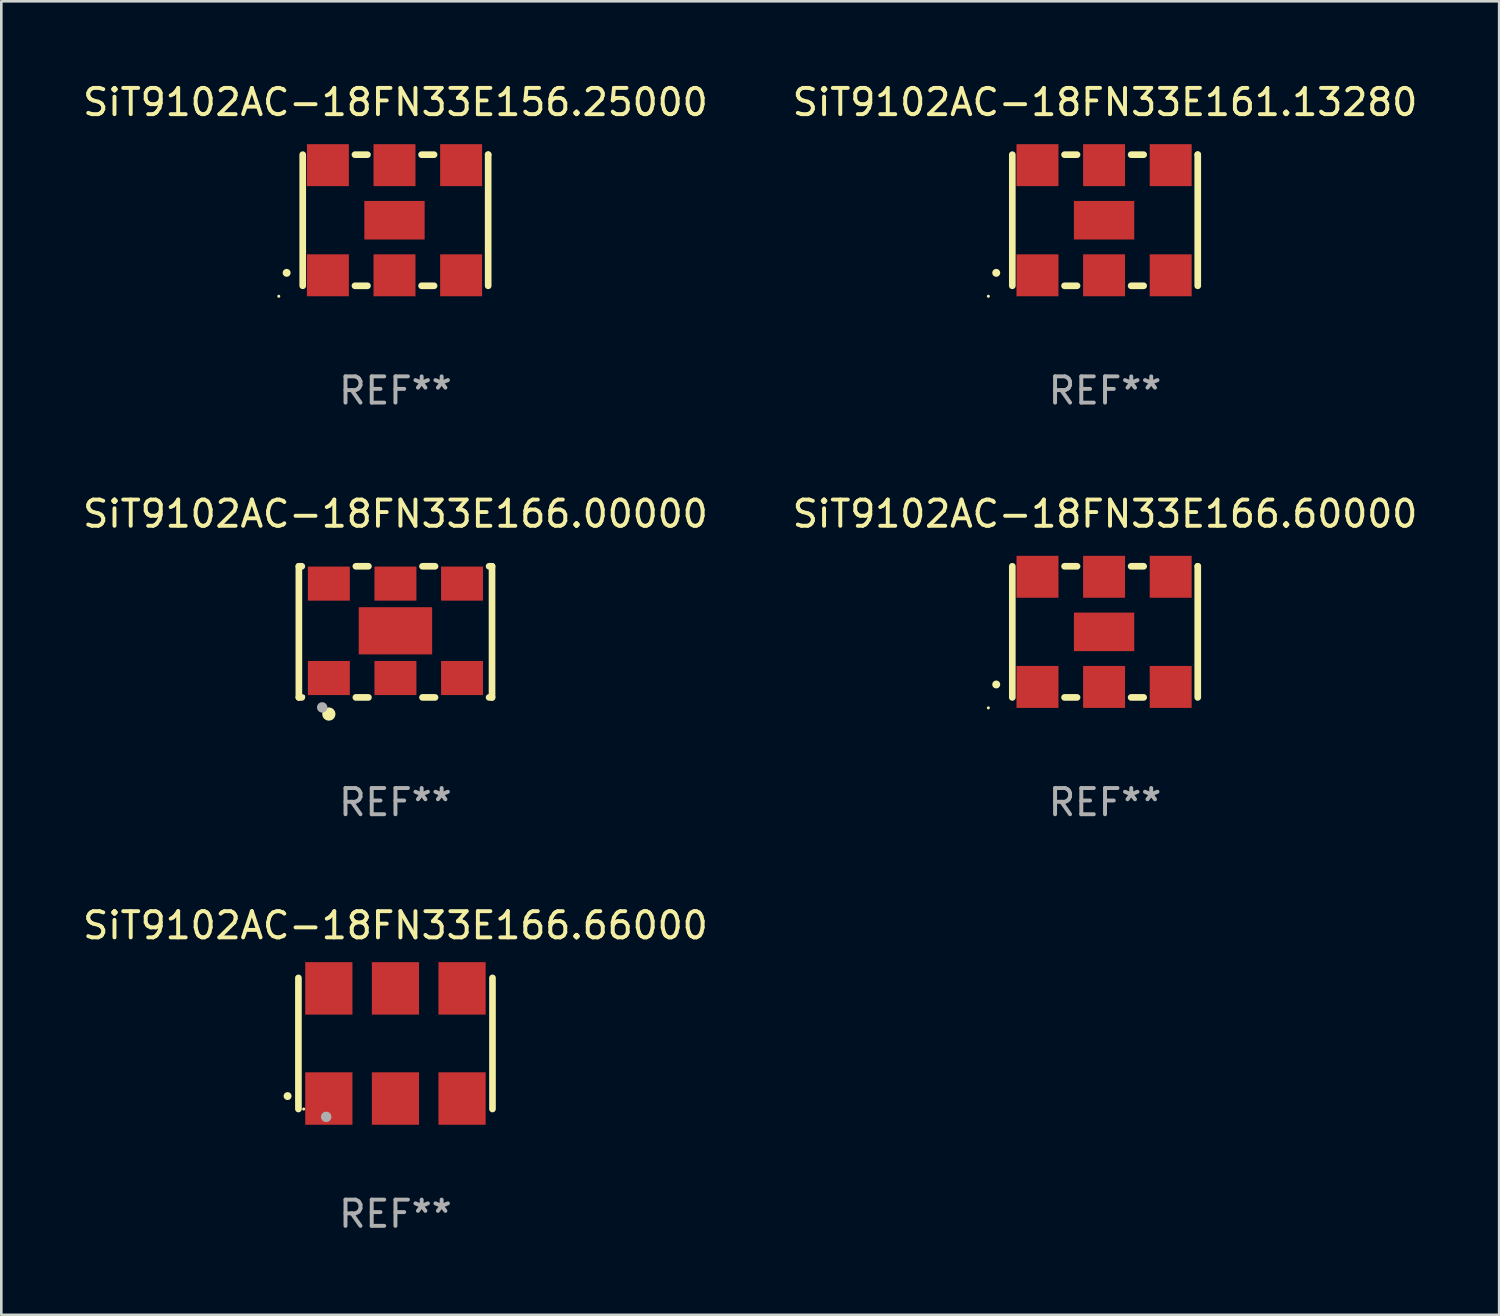
<source format=kicad_pcb>
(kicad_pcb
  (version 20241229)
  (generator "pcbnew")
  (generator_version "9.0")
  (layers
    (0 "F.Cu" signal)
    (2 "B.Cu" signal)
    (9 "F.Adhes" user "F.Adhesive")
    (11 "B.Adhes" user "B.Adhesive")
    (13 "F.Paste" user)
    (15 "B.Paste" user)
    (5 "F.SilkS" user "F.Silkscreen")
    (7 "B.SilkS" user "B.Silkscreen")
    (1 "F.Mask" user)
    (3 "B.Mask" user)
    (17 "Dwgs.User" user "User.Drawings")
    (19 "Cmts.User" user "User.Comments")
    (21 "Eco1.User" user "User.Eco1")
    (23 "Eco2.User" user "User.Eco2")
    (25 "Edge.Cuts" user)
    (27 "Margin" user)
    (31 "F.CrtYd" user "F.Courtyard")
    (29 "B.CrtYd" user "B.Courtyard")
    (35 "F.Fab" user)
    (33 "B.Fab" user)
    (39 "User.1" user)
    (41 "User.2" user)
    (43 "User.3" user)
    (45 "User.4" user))
  (footprint "SiT9102AC-18FN33E161.13280"
    (layer "F.Cu")
    (at 39.089 5.348)
    (property "Reference" "SiT9102AC-18FN33E161.13280" (at 0 -4.5 0) (layer "F.SilkS") (effects (font (size 1 1) (thickness 0.15))))
    (attr through_hole)
    (fp_line (start -3.536 -2.5) (end -3.536 2.5) (stroke (width 0.254) (type solid)) (layer "F.SilkS"))
    (fp_line (start -1.544 2.5) (end -1.067 2.5) (stroke (width 0.254) (type solid)) (layer "F.SilkS"))
    (fp_line (start -1.067 -2.5) (end -1.544 -2.5) (stroke (width 0.254) (type solid)) (layer "F.SilkS"))
    (fp_line (start 0.996 2.5) (end 1.473 2.5) (stroke (width 0.254) (type solid)) (layer "F.SilkS"))
    (fp_line (start 1.473 -2.5) (end 0.996 -2.5) (stroke (width 0.254) (type solid)) (layer "F.SilkS"))
    (fp_line (start 3.536 -2.5) (end 3.536 -2.5) (stroke (width 0.254) (type solid)) (layer "F.SilkS"))
    (fp_line (start 3.536 2.5) (end 3.536 -2.5) (stroke (width 0.254) (type solid)) (layer "F.SilkS"))
    (fp_arc (start -4.150432 2.006604) (mid -4.149162 2.006599) (end -4.147892 2.006604) (stroke (width 0.3) (type solid)) (layer "F.SilkS"))
    (fp_circle (center -4.449 2.9) (end -4.419 2.9) (stroke (width 0.06) (type solid)) (fill no) (layer "F.SilkS"))
    (fp_text user "REF**" (at 0 6.5 0) (layer "F.Fab") (effects (font (size 1 1) (thickness 0.15))))
    (pad "1" smd rect (at -2.576 2.1) (size 1.6 1.6) (layers "F.Cu" "F.Mask" "F.Paste"))
    (pad "2" smd rect (at -0.036 2.1) (size 1.6 1.6) (layers "F.Cu" "F.Mask" "F.Paste"))
    (pad "3" smd rect (at 2.504 2.1) (size 1.6 1.6) (layers "F.Cu" "F.Mask" "F.Paste"))
    (pad "4" smd rect (at 2.504 -2.1) (size 1.6 1.6) (layers "F.Cu" "F.Mask" "F.Paste"))
    (pad "5" smd rect (at -0.036 -2.1) (size 1.6 1.6) (layers "F.Cu" "F.Mask" "F.Paste"))
    (pad "6" smd rect (at -2.576 -2.1) (size 1.6 1.6) (layers "F.Cu" "F.Mask" "F.Paste"))
    (pad "7" smd rect (at -0.036 0) (size 2.3 1.47) (layers "F.Cu" "F.Mask" "F.Paste")))
  (footprint "SiT9102AC-18FN33E166.60000"
    (layer "F.Cu")
    (at 39.089 21.045)
    (property "Reference" "SiT9102AC-18FN33E166.60000" (at 0 -4.5 0) (layer "F.SilkS") (effects (font (size 1 1) (thickness 0.15))))
    (attr through_hole)
    (fp_line (start -3.536 -2.5) (end -3.536 2.5) (stroke (width 0.254) (type solid)) (layer "F.SilkS"))
    (fp_line (start -1.544 2.5) (end -1.067 2.5) (stroke (width 0.254) (type solid)) (layer "F.SilkS"))
    (fp_line (start -1.067 -2.5) (end -1.544 -2.5) (stroke (width 0.254) (type solid)) (layer "F.SilkS"))
    (fp_line (start 0.996 2.5) (end 1.473 2.5) (stroke (width 0.254) (type solid)) (layer "F.SilkS"))
    (fp_line (start 1.473 -2.5) (end 0.996 -2.5) (stroke (width 0.254) (type solid)) (layer "F.SilkS"))
    (fp_line (start 3.536 -2.5) (end 3.536 -2.5) (stroke (width 0.254) (type solid)) (layer "F.SilkS"))
    (fp_line (start 3.536 2.5) (end 3.536 -2.5) (stroke (width 0.254) (type solid)) (layer "F.SilkS"))
    (fp_arc (start -4.150432 2.006604) (mid -4.149162 2.006599) (end -4.147892 2.006604) (stroke (width 0.3) (type solid)) (layer "F.SilkS"))
    (fp_circle (center -4.449 2.9) (end -4.419 2.9) (stroke (width 0.06) (type solid)) (fill no) (layer "F.SilkS"))
    (fp_text user "REF**" (at 0 6.5 0) (layer "F.Fab") (effects (font (size 1 1) (thickness 0.15))))
    (pad "1" smd rect (at -2.576 2.1) (size 1.6 1.6) (layers "F.Cu" "F.Mask" "F.Paste"))
    (pad "2" smd rect (at -0.036 2.1) (size 1.6 1.6) (layers "F.Cu" "F.Mask" "F.Paste"))
    (pad "3" smd rect (at 2.504 2.1) (size 1.6 1.6) (layers "F.Cu" "F.Mask" "F.Paste"))
    (pad "4" smd rect (at 2.504 -2.1) (size 1.6 1.6) (layers "F.Cu" "F.Mask" "F.Paste"))
    (pad "5" smd rect (at -0.036 -2.1) (size 1.6 1.6) (layers "F.Cu" "F.Mask" "F.Paste"))
    (pad "6" smd rect (at -2.576 -2.1) (size 1.6 1.6) (layers "F.Cu" "F.Mask" "F.Paste"))
    (pad "7" smd rect (at -0.036 0) (size 2.3 1.47) (layers "F.Cu" "F.Mask" "F.Paste")))
  (footprint "SiT9102AC-18FN33E166.66000"
    (layer "F.Cu")
    (at 12.03 36.741)
    (property "Reference" "SiT9102AC-18FN33E166.66000" (at 0 -4.5 0) (layer "F.SilkS") (effects (font (size 1 1) (thickness 0.15))))
    (attr through_hole)
    (fp_line (start -3.7 -2.5) (end -3.7 2.5) (stroke (width 0.254) (type solid)) (layer "F.SilkS"))
    (fp_line (start 3.7 -2.5) (end 3.7 2.5) (stroke (width 0.254) (type solid)) (layer "F.SilkS"))
    (fp_arc (start -4.114415 2.006604) (mid -4.113145 2.006599) (end -4.111875 2.006604) (stroke (width 0.3) (type solid)) (layer "F.SilkS"))
    (fp_circle (center -3.5 2.501) (end -3.47 2.501) (stroke (width 0.06) (type solid)) (fill no) (layer "F.SilkS"))
    (fp_circle (center -2.641 2.799) (end -2.541 2.799) (stroke (width 0.2) (type solid)) (fill no) (layer "F.Fab"))
    (fp_text user "REF**" (at 0 6.5 0) (layer "F.Fab") (effects (font (size 1 1) (thickness 0.15))))
    (pad "1" smd rect (at -2.54 2.1) (size 1.8 2) (layers "F.Cu" "F.Mask" "F.Paste"))
    (pad "2" smd rect (at 0.000394 2.1) (size 1.8 2) (layers "F.Cu" "F.Mask" "F.Paste"))
    (pad "3" smd rect (at 2.54 2.1) (size 1.8 2) (layers "F.Cu" "F.Mask" "F.Paste"))
    (pad "4" smd rect (at 2.54 -2.1) (size 1.8 2) (layers "F.Cu" "F.Mask" "F.Paste"))
    (pad "5" smd rect (at 0.000394 -2.1) (size 1.8 2) (layers "F.Cu" "F.Mask" "F.Paste"))
    (pad "6" smd rect (at -2.54 -2.1) (size 1.8 2) (layers "F.Cu" "F.Mask" "F.Paste")))
  (footprint "SiT9102AC-18FN33E166.00000"
    (layer "F.Cu")
    (at 12.03 21.045)
    (property "Reference" "SiT9102AC-18FN33E166.00000" (at 0 -4.5 0) (layer "F.SilkS") (effects (font (size 1 1) (thickness 0.15))))
    (attr through_hole)
    (fp_line (start -3.683 -2.5) (end -3.571 -2.5) (stroke (width 0.254) (type solid)) (layer "F.SilkS"))
    (fp_line (start -3.683 2.5) (end -3.683 -2.5) (stroke (width 0.254) (type solid)) (layer "F.SilkS"))
    (fp_line (start -3.683 2.5) (end -3.571 2.5) (stroke (width 0.254) (type solid)) (layer "F.SilkS"))
    (fp_line (start -1.509 -2.5) (end -1.031 -2.5) (stroke (width 0.254) (type solid)) (layer "F.SilkS"))
    (fp_line (start -1.509 2.5) (end -1.031 2.5) (stroke (width 0.254) (type solid)) (layer "F.SilkS"))
    (fp_line (start 1.031 -2.5) (end 1.509 -2.5) (stroke (width 0.254) (type solid)) (layer "F.SilkS"))
    (fp_line (start 1.031 2.5) (end 1.509 2.5) (stroke (width 0.254) (type solid)) (layer "F.SilkS"))
    (fp_line (start 3.571 -2.5) (end 3.683 -2.5) (stroke (width 0.254) (type solid)) (layer "F.SilkS"))
    (fp_line (start 3.571 2.5) (end 3.683 2.5) (stroke (width 0.254) (type solid)) (layer "F.SilkS"))
    (fp_line (start 3.683 2.5) (end 3.683 -2.5) (stroke (width 0.254) (type solid)) (layer "F.SilkS"))
    (fp_circle (center -3.5 2.46) (end -3.47 2.46) (stroke (width 0.06) (type solid)) (fill no) (layer "F.SilkS"))
    (fp_circle (center -2.54 3.135) (end -2.413 3.135) (stroke (width 0.254) (type solid)) (fill no) (layer "F.SilkS"))
    (fp_circle (center -2.794 2.881) (end -2.694 2.881) (stroke (width 0.2) (type solid)) (fill no) (layer "F.Fab"))
    (fp_text user "REF**" (at 0 6.5 0) (layer "F.Fab") (effects (font (size 1 1) (thickness 0.15))))
    (pad "1" smd rect (at -2.54 1.76) (size 1.6 1.3) (layers "F.Cu" "F.Mask" "F.Paste"))
    (pad "2" smd rect (at 0 1.76) (size 1.6 1.3) (layers "F.Cu" "F.Mask" "F.Paste"))
    (pad "3" smd rect (at 2.54 1.76) (size 1.6 1.3) (layers "F.Cu" "F.Mask" "F.Paste"))
    (pad "4" smd rect (at 2.54 -1.84) (size 1.6 1.3) (layers "F.Cu" "F.Mask" "F.Paste"))
    (pad "5" smd rect (at 0 -1.84) (size 1.6 1.3) (layers "F.Cu" "F.Mask" "F.Paste"))
    (pad "6" smd rect (at -2.54 -1.84) (size 1.6 1.3) (layers "F.Cu" "F.Mask" "F.Paste"))
    (pad "7" smd rect (at 0 -0.04) (size 2.8 1.8) (layers "F.Cu" "F.Mask" "F.Paste")))
  (footprint "SiT9102AC-18FN33E156.25000"
    (layer "F.Cu")
    (at 12.03 5.348)
    (property "Reference" "SiT9102AC-18FN33E156.25000" (at 0 -4.5 0) (layer "F.SilkS") (effects (font (size 1 1) (thickness 0.15))))
    (attr through_hole)
    (fp_line (start -3.536 -2.5) (end -3.536 2.5) (stroke (width 0.254) (type solid)) (layer "F.SilkS"))
    (fp_line (start -1.544 2.5) (end -1.067 2.5) (stroke (width 0.254) (type solid)) (layer "F.SilkS"))
    (fp_line (start -1.067 -2.5) (end -1.544 -2.5) (stroke (width 0.254) (type solid)) (layer "F.SilkS"))
    (fp_line (start 0.996 2.5) (end 1.473 2.5) (stroke (width 0.254) (type solid)) (layer "F.SilkS"))
    (fp_line (start 1.473 -2.5) (end 0.996 -2.5) (stroke (width 0.254) (type solid)) (layer "F.SilkS"))
    (fp_line (start 3.536 -2.5) (end 3.536 -2.5) (stroke (width 0.254) (type solid)) (layer "F.SilkS"))
    (fp_line (start 3.536 2.5) (end 3.536 -2.5) (stroke (width 0.254) (type solid)) (layer "F.SilkS"))
    (fp_arc (start -4.150432 2.006604) (mid -4.149162 2.006599) (end -4.147892 2.006604) (stroke (width 0.3) (type solid)) (layer "F.SilkS"))
    (fp_circle (center -4.449 2.9) (end -4.419 2.9) (stroke (width 0.06) (type solid)) (fill no) (layer "F.SilkS"))
    (fp_text user "REF**" (at 0 6.5 0) (layer "F.Fab") (effects (font (size 1 1) (thickness 0.15))))
    (pad "1" smd rect (at -2.576 2.1) (size 1.6 1.6) (layers "F.Cu" "F.Mask" "F.Paste"))
    (pad "2" smd rect (at -0.036 2.1) (size 1.6 1.6) (layers "F.Cu" "F.Mask" "F.Paste"))
    (pad "3" smd rect (at 2.504 2.1) (size 1.6 1.6) (layers "F.Cu" "F.Mask" "F.Paste"))
    (pad "4" smd rect (at 2.504 -2.1) (size 1.6 1.6) (layers "F.Cu" "F.Mask" "F.Paste"))
    (pad "5" smd rect (at -0.036 -2.1) (size 1.6 1.6) (layers "F.Cu" "F.Mask" "F.Paste"))
    (pad "6" smd rect (at -2.576 -2.1) (size 1.6 1.6) (layers "F.Cu" "F.Mask" "F.Paste"))
    (pad "7" smd rect (at -0.036 0) (size 2.3 1.47) (layers "F.Cu" "F.Mask" "F.Paste")))
  (gr_rect
    (start -3 -3)
    (end 54.119 47.09)
    (stroke (width 0.1) (type default))
    (fill no)
    (layer "Edge.Cuts")))
</source>
